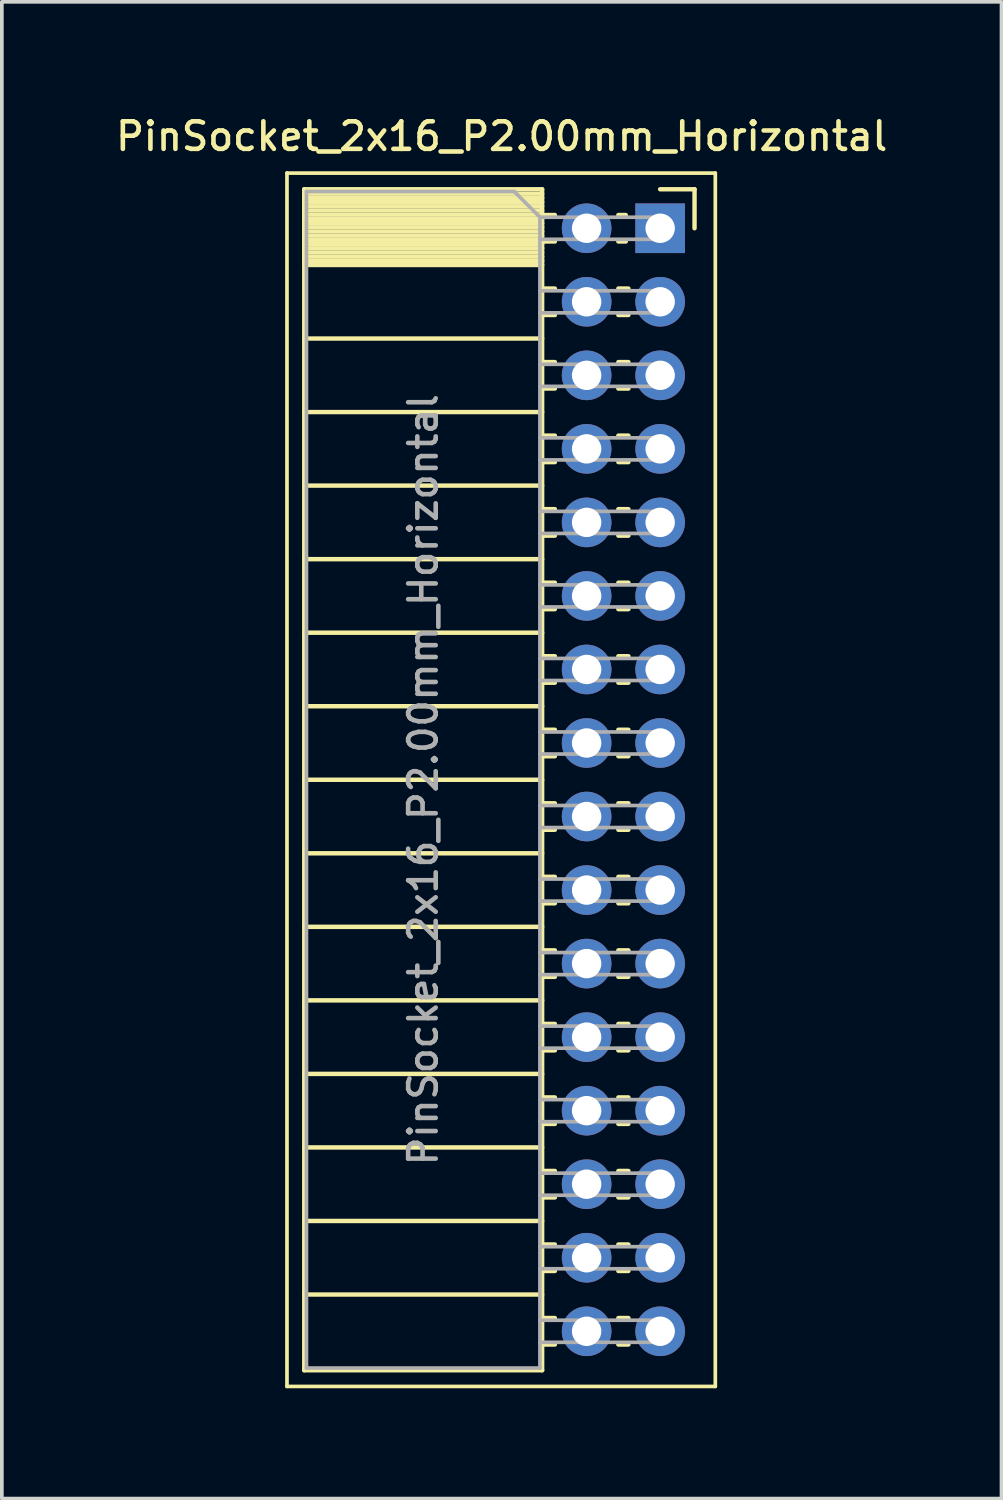
<source format=kicad_pcb>
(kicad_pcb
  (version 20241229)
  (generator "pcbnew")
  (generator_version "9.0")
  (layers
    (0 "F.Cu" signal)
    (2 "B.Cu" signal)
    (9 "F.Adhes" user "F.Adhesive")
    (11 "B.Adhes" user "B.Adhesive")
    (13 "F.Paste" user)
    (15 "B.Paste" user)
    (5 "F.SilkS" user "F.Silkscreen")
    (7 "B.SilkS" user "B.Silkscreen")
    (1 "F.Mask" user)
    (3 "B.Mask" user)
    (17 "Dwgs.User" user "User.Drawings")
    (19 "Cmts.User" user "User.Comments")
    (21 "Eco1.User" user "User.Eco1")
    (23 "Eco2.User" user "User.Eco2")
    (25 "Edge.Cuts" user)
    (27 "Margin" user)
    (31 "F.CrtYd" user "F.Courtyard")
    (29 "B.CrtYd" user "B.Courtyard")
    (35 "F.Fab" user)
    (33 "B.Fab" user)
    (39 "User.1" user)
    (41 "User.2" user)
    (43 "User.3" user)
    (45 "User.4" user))
  (footprint "PinSocket_2x16_P2.00mm_Horizontal"
    (layer "F.Cu")
    (at 14.905 3.158)
    (property "Reference" "PinSocket_2x16_P2.00mm_Horizontal" (at -4.31 -2.5 0) (layer "F.SilkS") (effects (font (size 0.75 0.75) (thickness 0.125))))
    (attr through_hole)
    (fp_line (start -10.15 -1.5) (end -10.15 31.5) (stroke (width 0.1) (type solid)) (layer "F.SilkS"))
    (fp_line (start -10.15 31.5) (end 1.5 31.5) (stroke (width 0.1) (type solid)) (layer "F.SilkS"))
    (fp_line (start -9.68 -1.06) (end -9.68 31.06) (stroke (width 0.12) (type solid)) (layer "F.SilkS"))
    (fp_line (start -9.68 -1.06) (end -3.21 -1.06) (stroke (width 0.12) (type solid)) (layer "F.SilkS"))
    (fp_line (start -9.68 -0.94) (end -3.21 -0.94) (stroke (width 0.12) (type solid)) (layer "F.SilkS"))
    (fp_line (start -9.68 -0.826) (end -3.21 -0.826) (stroke (width 0.12) (type solid)) (layer "F.SilkS"))
    (fp_line (start -9.68 -0.712) (end -3.21 -0.712) (stroke (width 0.12) (type solid)) (layer "F.SilkS"))
    (fp_line (start -9.68 -0.598) (end -3.21 -0.598) (stroke (width 0.12) (type solid)) (layer "F.SilkS"))
    (fp_line (start -9.68 -0.484) (end -3.21 -0.484) (stroke (width 0.12) (type solid)) (layer "F.SilkS"))
    (fp_line (start -9.68 -0.369) (end -3.21 -0.369) (stroke (width 0.12) (type solid)) (layer "F.SilkS"))
    (fp_line (start -9.68 -0.255) (end -3.21 -0.255) (stroke (width 0.12) (type solid)) (layer "F.SilkS"))
    (fp_line (start -9.68 -0.141) (end -3.21 -0.141) (stroke (width 0.12) (type solid)) (layer "F.SilkS"))
    (fp_line (start -9.68 -0.027) (end -3.21 -0.027) (stroke (width 0.12) (type solid)) (layer "F.SilkS"))
    (fp_line (start -9.68 0.087) (end -3.21 0.087) (stroke (width 0.12) (type solid)) (layer "F.SilkS"))
    (fp_line (start -9.68 0.201) (end -3.21 0.201) (stroke (width 0.12) (type solid)) (layer "F.SilkS"))
    (fp_line (start -9.68 0.315) (end -3.21 0.315) (stroke (width 0.12) (type solid)) (layer "F.SilkS"))
    (fp_line (start -9.68 0.429) (end -3.21 0.429) (stroke (width 0.12) (type solid)) (layer "F.SilkS"))
    (fp_line (start -9.68 0.544) (end -3.21 0.544) (stroke (width 0.12) (type solid)) (layer "F.SilkS"))
    (fp_line (start -9.68 0.658) (end -3.21 0.658) (stroke (width 0.12) (type solid)) (layer "F.SilkS"))
    (fp_line (start -9.68 0.772) (end -3.21 0.772) (stroke (width 0.12) (type solid)) (layer "F.SilkS"))
    (fp_line (start -9.68 0.886) (end -3.21 0.886) (stroke (width 0.12) (type solid)) (layer "F.SilkS"))
    (fp_line (start -9.68 1) (end -3.21 1) (stroke (width 0.12) (type solid)) (layer "F.SilkS"))
    (fp_line (start -9.68 3) (end -3.21 3) (stroke (width 0.12) (type solid)) (layer "F.SilkS"))
    (fp_line (start -9.68 5) (end -3.21 5) (stroke (width 0.12) (type solid)) (layer "F.SilkS"))
    (fp_line (start -9.68 7) (end -3.21 7) (stroke (width 0.12) (type solid)) (layer "F.SilkS"))
    (fp_line (start -9.68 9) (end -3.21 9) (stroke (width 0.12) (type solid)) (layer "F.SilkS"))
    (fp_line (start -9.68 11) (end -3.21 11) (stroke (width 0.12) (type solid)) (layer "F.SilkS"))
    (fp_line (start -9.68 13) (end -3.21 13) (stroke (width 0.12) (type solid)) (layer "F.SilkS"))
    (fp_line (start -9.68 15) (end -3.21 15) (stroke (width 0.12) (type solid)) (layer "F.SilkS"))
    (fp_line (start -9.68 17) (end -3.21 17) (stroke (width 0.12) (type solid)) (layer "F.SilkS"))
    (fp_line (start -9.68 19) (end -3.21 19) (stroke (width 0.12) (type solid)) (layer "F.SilkS"))
    (fp_line (start -9.68 21) (end -3.21 21) (stroke (width 0.12) (type solid)) (layer "F.SilkS"))
    (fp_line (start -9.68 23) (end -3.21 23) (stroke (width 0.12) (type solid)) (layer "F.SilkS"))
    (fp_line (start -9.68 25) (end -3.21 25) (stroke (width 0.12) (type solid)) (layer "F.SilkS"))
    (fp_line (start -9.68 27) (end -3.21 27) (stroke (width 0.12) (type solid)) (layer "F.SilkS"))
    (fp_line (start -9.68 29) (end -3.21 29) (stroke (width 0.12) (type solid)) (layer "F.SilkS"))
    (fp_line (start -9.68 31.06) (end -3.21 31.06) (stroke (width 0.12) (type solid)) (layer "F.SilkS"))
    (fp_line (start -3.21 -1.06) (end -3.21 31.06) (stroke (width 0.12) (type solid)) (layer "F.SilkS"))
    (fp_line (start -3.21 -0.36) (end -2.863 -0.36) (stroke (width 0.12) (type solid)) (layer "F.SilkS"))
    (fp_line (start -3.21 0.36) (end -2.863 0.36) (stroke (width 0.12) (type solid)) (layer "F.SilkS"))
    (fp_line (start -3.21 1.64) (end -2.863 1.64) (stroke (width 0.12) (type solid)) (layer "F.SilkS"))
    (fp_line (start -3.21 2.36) (end -2.863 2.36) (stroke (width 0.12) (type solid)) (layer "F.SilkS"))
    (fp_line (start -3.21 3.64) (end -2.863 3.64) (stroke (width 0.12) (type solid)) (layer "F.SilkS"))
    (fp_line (start -3.21 4.36) (end -2.863 4.36) (stroke (width 0.12) (type solid)) (layer "F.SilkS"))
    (fp_line (start -3.21 5.64) (end -2.863 5.64) (stroke (width 0.12) (type solid)) (layer "F.SilkS"))
    (fp_line (start -3.21 6.36) (end -2.863 6.36) (stroke (width 0.12) (type solid)) (layer "F.SilkS"))
    (fp_line (start -3.21 7.64) (end -2.863 7.64) (stroke (width 0.12) (type solid)) (layer "F.SilkS"))
    (fp_line (start -3.21 8.36) (end -2.863 8.36) (stroke (width 0.12) (type solid)) (layer "F.SilkS"))
    (fp_line (start -3.21 9.64) (end -2.863 9.64) (stroke (width 0.12) (type solid)) (layer "F.SilkS"))
    (fp_line (start -3.21 10.36) (end -2.863 10.36) (stroke (width 0.12) (type solid)) (layer "F.SilkS"))
    (fp_line (start -3.21 11.64) (end -2.863 11.64) (stroke (width 0.12) (type solid)) (layer "F.SilkS"))
    (fp_line (start -3.21 12.36) (end -2.863 12.36) (stroke (width 0.12) (type solid)) (layer "F.SilkS"))
    (fp_line (start -3.21 13.64) (end -2.863 13.64) (stroke (width 0.12) (type solid)) (layer "F.SilkS"))
    (fp_line (start -3.21 14.36) (end -2.863 14.36) (stroke (width 0.12) (type solid)) (layer "F.SilkS"))
    (fp_line (start -3.21 15.64) (end -2.863 15.64) (stroke (width 0.12) (type solid)) (layer "F.SilkS"))
    (fp_line (start -3.21 16.36) (end -2.863 16.36) (stroke (width 0.12) (type solid)) (layer "F.SilkS"))
    (fp_line (start -3.21 17.64) (end -2.863 17.64) (stroke (width 0.12) (type solid)) (layer "F.SilkS"))
    (fp_line (start -3.21 18.36) (end -2.863 18.36) (stroke (width 0.12) (type solid)) (layer "F.SilkS"))
    (fp_line (start -3.21 19.64) (end -2.863 19.64) (stroke (width 0.12) (type solid)) (layer "F.SilkS"))
    (fp_line (start -3.21 20.36) (end -2.863 20.36) (stroke (width 0.12) (type solid)) (layer "F.SilkS"))
    (fp_line (start -3.21 21.64) (end -2.863 21.64) (stroke (width 0.12) (type solid)) (layer "F.SilkS"))
    (fp_line (start -3.21 22.36) (end -2.863 22.36) (stroke (width 0.12) (type solid)) (layer "F.SilkS"))
    (fp_line (start -3.21 23.64) (end -2.863 23.64) (stroke (width 0.12) (type solid)) (layer "F.SilkS"))
    (fp_line (start -3.21 24.36) (end -2.863 24.36) (stroke (width 0.12) (type solid)) (layer "F.SilkS"))
    (fp_line (start -3.21 25.64) (end -2.863 25.64) (stroke (width 0.12) (type solid)) (layer "F.SilkS"))
    (fp_line (start -3.21 26.36) (end -2.863 26.36) (stroke (width 0.12) (type solid)) (layer "F.SilkS"))
    (fp_line (start -3.21 27.64) (end -2.863 27.64) (stroke (width 0.12) (type solid)) (layer "F.SilkS"))
    (fp_line (start -3.21 28.36) (end -2.863 28.36) (stroke (width 0.12) (type solid)) (layer "F.SilkS"))
    (fp_line (start -3.21 29.64) (end -2.863 29.64) (stroke (width 0.12) (type solid)) (layer "F.SilkS"))
    (fp_line (start -3.21 30.36) (end -2.863 30.36) (stroke (width 0.12) (type solid)) (layer "F.SilkS"))
    (fp_line (start -1.137 -0.36) (end -0.935 -0.36) (stroke (width 0.12) (type solid)) (layer "F.SilkS"))
    (fp_line (start -1.137 0.36) (end -0.935 0.36) (stroke (width 0.12) (type solid)) (layer "F.SilkS"))
    (fp_line (start -1.137 1.64) (end -0.863 1.64) (stroke (width 0.12) (type solid)) (layer "F.SilkS"))
    (fp_line (start -1.137 2.36) (end -0.863 2.36) (stroke (width 0.12) (type solid)) (layer "F.SilkS"))
    (fp_line (start -1.137 3.64) (end -0.863 3.64) (stroke (width 0.12) (type solid)) (layer "F.SilkS"))
    (fp_line (start -1.137 4.36) (end -0.863 4.36) (stroke (width 0.12) (type solid)) (layer "F.SilkS"))
    (fp_line (start -1.137 5.64) (end -0.863 5.64) (stroke (width 0.12) (type solid)) (layer "F.SilkS"))
    (fp_line (start -1.137 6.36) (end -0.863 6.36) (stroke (width 0.12) (type solid)) (layer "F.SilkS"))
    (fp_line (start -1.137 7.64) (end -0.863 7.64) (stroke (width 0.12) (type solid)) (layer "F.SilkS"))
    (fp_line (start -1.137 8.36) (end -0.863 8.36) (stroke (width 0.12) (type solid)) (layer "F.SilkS"))
    (fp_line (start -1.137 9.64) (end -0.863 9.64) (stroke (width 0.12) (type solid)) (layer "F.SilkS"))
    (fp_line (start -1.137 10.36) (end -0.863 10.36) (stroke (width 0.12) (type solid)) (layer "F.SilkS"))
    (fp_line (start -1.137 11.64) (end -0.863 11.64) (stroke (width 0.12) (type solid)) (layer "F.SilkS"))
    (fp_line (start -1.137 12.36) (end -0.863 12.36) (stroke (width 0.12) (type solid)) (layer "F.SilkS"))
    (fp_line (start -1.137 13.64) (end -0.863 13.64) (stroke (width 0.12) (type solid)) (layer "F.SilkS"))
    (fp_line (start -1.137 14.36) (end -0.863 14.36) (stroke (width 0.12) (type solid)) (layer "F.SilkS"))
    (fp_line (start -1.137 15.64) (end -0.863 15.64) (stroke (width 0.12) (type solid)) (layer "F.SilkS"))
    (fp_line (start -1.137 16.36) (end -0.863 16.36) (stroke (width 0.12) (type solid)) (layer "F.SilkS"))
    (fp_line (start -1.137 17.64) (end -0.863 17.64) (stroke (width 0.12) (type solid)) (layer "F.SilkS"))
    (fp_line (start -1.137 18.36) (end -0.863 18.36) (stroke (width 0.12) (type solid)) (layer "F.SilkS"))
    (fp_line (start -1.137 19.64) (end -0.863 19.64) (stroke (width 0.12) (type solid)) (layer "F.SilkS"))
    (fp_line (start -1.137 20.36) (end -0.863 20.36) (stroke (width 0.12) (type solid)) (layer "F.SilkS"))
    (fp_line (start -1.137 21.64) (end -0.863 21.64) (stroke (width 0.12) (type solid)) (layer "F.SilkS"))
    (fp_line (start -1.137 22.36) (end -0.863 22.36) (stroke (width 0.12) (type solid)) (layer "F.SilkS"))
    (fp_line (start -1.137 23.64) (end -0.863 23.64) (stroke (width 0.12) (type solid)) (layer "F.SilkS"))
    (fp_line (start -1.137 24.36) (end -0.863 24.36) (stroke (width 0.12) (type solid)) (layer "F.SilkS"))
    (fp_line (start -1.137 25.64) (end -0.863 25.64) (stroke (width 0.12) (type solid)) (layer "F.SilkS"))
    (fp_line (start -1.137 26.36) (end -0.863 26.36) (stroke (width 0.12) (type solid)) (layer "F.SilkS"))
    (fp_line (start -1.137 27.64) (end -0.863 27.64) (stroke (width 0.12) (type solid)) (layer "F.SilkS"))
    (fp_line (start -1.137 28.36) (end -0.863 28.36) (stroke (width 0.12) (type solid)) (layer "F.SilkS"))
    (fp_line (start -1.137 29.64) (end -0.863 29.64) (stroke (width 0.12) (type solid)) (layer "F.SilkS"))
    (fp_line (start -1.137 30.36) (end -0.863 30.36) (stroke (width 0.12) (type solid)) (layer "F.SilkS"))
    (fp_line (start 0 -1.06) (end 0.935 -1.06) (stroke (width 0.12) (type solid)) (layer "F.SilkS"))
    (fp_line (start 0.935 -1.06) (end 0.935 0) (stroke (width 0.12) (type solid)) (layer "F.SilkS"))
    (fp_line (start 1.5 -1.5) (end -10.15 -1.5) (stroke (width 0.1) (type solid)) (layer "F.SilkS"))
    (fp_line (start 1.5 31.5) (end 1.5 -1.5) (stroke (width 0.1) (type solid)) (layer "F.SilkS"))
    (fp_line (start -9.62 -1) (end -3.97 -1) (stroke (width 0.1) (type solid)) (layer "F.Fab"))
    (fp_line (start -9.62 31) (end -9.62 -1) (stroke (width 0.1) (type solid)) (layer "F.Fab"))
    (fp_line (start -3.97 -1) (end -3.27 -0.3) (stroke (width 0.1) (type solid)) (layer "F.Fab"))
    (fp_line (start -3.27 -0.3) (end -3.27 31) (stroke (width 0.1) (type solid)) (layer "F.Fab"))
    (fp_line (start -3.27 0.3) (end 0 0.3) (stroke (width 0.1) (type solid)) (layer "F.Fab"))
    (fp_line (start -3.27 2.3) (end 0 2.3) (stroke (width 0.1) (type solid)) (layer "F.Fab"))
    (fp_line (start -3.27 4.3) (end 0 4.3) (stroke (width 0.1) (type solid)) (layer "F.Fab"))
    (fp_line (start -3.27 6.3) (end 0 6.3) (stroke (width 0.1) (type solid)) (layer "F.Fab"))
    (fp_line (start -3.27 8.3) (end 0 8.3) (stroke (width 0.1) (type solid)) (layer "F.Fab"))
    (fp_line (start -3.27 10.3) (end 0 10.3) (stroke (width 0.1) (type solid)) (layer "F.Fab"))
    (fp_line (start -3.27 12.3) (end 0 12.3) (stroke (width 0.1) (type solid)) (layer "F.Fab"))
    (fp_line (start -3.27 14.3) (end 0 14.3) (stroke (width 0.1) (type solid)) (layer "F.Fab"))
    (fp_line (start -3.27 16.3) (end 0 16.3) (stroke (width 0.1) (type solid)) (layer "F.Fab"))
    (fp_line (start -3.27 18.3) (end 0 18.3) (stroke (width 0.1) (type solid)) (layer "F.Fab"))
    (fp_line (start -3.27 20.3) (end 0 20.3) (stroke (width 0.1) (type solid)) (layer "F.Fab"))
    (fp_line (start -3.27 22.3) (end 0 22.3) (stroke (width 0.1) (type solid)) (layer "F.Fab"))
    (fp_line (start -3.27 24.3) (end 0 24.3) (stroke (width 0.1) (type solid)) (layer "F.Fab"))
    (fp_line (start -3.27 26.3) (end 0 26.3) (stroke (width 0.1) (type solid)) (layer "F.Fab"))
    (fp_line (start -3.27 28.3) (end 0 28.3) (stroke (width 0.1) (type solid)) (layer "F.Fab"))
    (fp_line (start -3.27 30.3) (end 0 30.3) (stroke (width 0.1) (type solid)) (layer "F.Fab"))
    (fp_line (start -3.27 31) (end -9.62 31) (stroke (width 0.1) (type solid)) (layer "F.Fab"))
    (fp_line (start 0 -0.3) (end -3.27 -0.3) (stroke (width 0.1) (type solid)) (layer "F.Fab"))
    (fp_line (start 0 0.3) (end 0 -0.3) (stroke (width 0.1) (type solid)) (layer "F.Fab"))
    (fp_line (start 0 1.7) (end -3.27 1.7) (stroke (width 0.1) (type solid)) (layer "F.Fab"))
    (fp_line (start 0 2.3) (end 0 1.7) (stroke (width 0.1) (type solid)) (layer "F.Fab"))
    (fp_line (start 0 3.7) (end -3.27 3.7) (stroke (width 0.1) (type solid)) (layer "F.Fab"))
    (fp_line (start 0 4.3) (end 0 3.7) (stroke (width 0.1) (type solid)) (layer "F.Fab"))
    (fp_line (start 0 5.7) (end -3.27 5.7) (stroke (width 0.1) (type solid)) (layer "F.Fab"))
    (fp_line (start 0 6.3) (end 0 5.7) (stroke (width 0.1) (type solid)) (layer "F.Fab"))
    (fp_line (start 0 7.7) (end -3.27 7.7) (stroke (width 0.1) (type solid)) (layer "F.Fab"))
    (fp_line (start 0 8.3) (end 0 7.7) (stroke (width 0.1) (type solid)) (layer "F.Fab"))
    (fp_line (start 0 9.7) (end -3.27 9.7) (stroke (width 0.1) (type solid)) (layer "F.Fab"))
    (fp_line (start 0 10.3) (end 0 9.7) (stroke (width 0.1) (type solid)) (layer "F.Fab"))
    (fp_line (start 0 11.7) (end -3.27 11.7) (stroke (width 0.1) (type solid)) (layer "F.Fab"))
    (fp_line (start 0 12.3) (end 0 11.7) (stroke (width 0.1) (type solid)) (layer "F.Fab"))
    (fp_line (start 0 13.7) (end -3.27 13.7) (stroke (width 0.1) (type solid)) (layer "F.Fab"))
    (fp_line (start 0 14.3) (end 0 13.7) (stroke (width 0.1) (type solid)) (layer "F.Fab"))
    (fp_line (start 0 15.7) (end -3.27 15.7) (stroke (width 0.1) (type solid)) (layer "F.Fab"))
    (fp_line (start 0 16.3) (end 0 15.7) (stroke (width 0.1) (type solid)) (layer "F.Fab"))
    (fp_line (start 0 17.7) (end -3.27 17.7) (stroke (width 0.1) (type solid)) (layer "F.Fab"))
    (fp_line (start 0 18.3) (end 0 17.7) (stroke (width 0.1) (type solid)) (layer "F.Fab"))
    (fp_line (start 0 19.7) (end -3.27 19.7) (stroke (width 0.1) (type solid)) (layer "F.Fab"))
    (fp_line (start 0 20.3) (end 0 19.7) (stroke (width 0.1) (type solid)) (layer "F.Fab"))
    (fp_line (start 0 21.7) (end -3.27 21.7) (stroke (width 0.1) (type solid)) (layer "F.Fab"))
    (fp_line (start 0 22.3) (end 0 21.7) (stroke (width 0.1) (type solid)) (layer "F.Fab"))
    (fp_line (start 0 23.7) (end -3.27 23.7) (stroke (width 0.1) (type solid)) (layer "F.Fab"))
    (fp_line (start 0 24.3) (end 0 23.7) (stroke (width 0.1) (type solid)) (layer "F.Fab"))
    (fp_line (start 0 25.7) (end -3.27 25.7) (stroke (width 0.1) (type solid)) (layer "F.Fab"))
    (fp_line (start 0 26.3) (end 0 25.7) (stroke (width 0.1) (type solid)) (layer "F.Fab"))
    (fp_line (start 0 27.7) (end -3.27 27.7) (stroke (width 0.1) (type solid)) (layer "F.Fab"))
    (fp_line (start 0 28.3) (end 0 27.7) (stroke (width 0.1) (type solid)) (layer "F.Fab"))
    (fp_line (start 0 29.7) (end -3.27 29.7) (stroke (width 0.1) (type solid)) (layer "F.Fab"))
    (fp_line (start 0 30.3) (end 0 29.7) (stroke (width 0.1) (type solid)) (layer "F.Fab"))
    (fp_text user "${REFERENCE}" (at -6.445 15 90) (layer "F.Fab") (effects (font (size 0.75 0.75) (thickness 0.125))))
    (pad "1" thru_hole rect (at 0 0) (size 1.35 1.35) (drill 0.8) (layers "*.Cu" "*.Mask"))
    (pad "2" thru_hole oval (at -2 0) (size 1.35 1.35) (drill 0.8) (layers "*.Cu" "*.Mask"))
    (pad "3" thru_hole oval (at 0 2) (size 1.35 1.35) (drill 0.8) (layers "*.Cu" "*.Mask"))
    (pad "4" thru_hole oval (at -2 2) (size 1.35 1.35) (drill 0.8) (layers "*.Cu" "*.Mask"))
    (pad "5" thru_hole oval (at 0 4) (size 1.35 1.35) (drill 0.8) (layers "*.Cu" "*.Mask"))
    (pad "6" thru_hole oval (at -2 4) (size 1.35 1.35) (drill 0.8) (layers "*.Cu" "*.Mask"))
    (pad "7" thru_hole oval (at 0 6) (size 1.35 1.35) (drill 0.8) (layers "*.Cu" "*.Mask"))
    (pad "8" thru_hole oval (at -2 6) (size 1.35 1.35) (drill 0.8) (layers "*.Cu" "*.Mask"))
    (pad "9" thru_hole oval (at 0 8) (size 1.35 1.35) (drill 0.8) (layers "*.Cu" "*.Mask"))
    (pad "10" thru_hole oval (at -2 8) (size 1.35 1.35) (drill 0.8) (layers "*.Cu" "*.Mask"))
    (pad "11" thru_hole oval (at 0 10) (size 1.35 1.35) (drill 0.8) (layers "*.Cu" "*.Mask"))
    (pad "12" thru_hole oval (at -2 10) (size 1.35 1.35) (drill 0.8) (layers "*.Cu" "*.Mask"))
    (pad "13" thru_hole oval (at 0 12) (size 1.35 1.35) (drill 0.8) (layers "*.Cu" "*.Mask"))
    (pad "14" thru_hole oval (at -2 12) (size 1.35 1.35) (drill 0.8) (layers "*.Cu" "*.Mask"))
    (pad "15" thru_hole oval (at 0 14) (size 1.35 1.35) (drill 0.8) (layers "*.Cu" "*.Mask"))
    (pad "16" thru_hole oval (at -2 14) (size 1.35 1.35) (drill 0.8) (layers "*.Cu" "*.Mask"))
    (pad "17" thru_hole oval (at 0 16) (size 1.35 1.35) (drill 0.8) (layers "*.Cu" "*.Mask"))
    (pad "18" thru_hole oval (at -2 16) (size 1.35 1.35) (drill 0.8) (layers "*.Cu" "*.Mask"))
    (pad "19" thru_hole oval (at 0 18) (size 1.35 1.35) (drill 0.8) (layers "*.Cu" "*.Mask"))
    (pad "20" thru_hole oval (at -2 18) (size 1.35 1.35) (drill 0.8) (layers "*.Cu" "*.Mask"))
    (pad "21" thru_hole oval (at 0 20) (size 1.35 1.35) (drill 0.8) (layers "*.Cu" "*.Mask"))
    (pad "22" thru_hole oval (at -2 20) (size 1.35 1.35) (drill 0.8) (layers "*.Cu" "*.Mask"))
    (pad "23" thru_hole oval (at 0 22) (size 1.35 1.35) (drill 0.8) (layers "*.Cu" "*.Mask"))
    (pad "24" thru_hole oval (at -2 22) (size 1.35 1.35) (drill 0.8) (layers "*.Cu" "*.Mask"))
    (pad "25" thru_hole oval (at 0 24) (size 1.35 1.35) (drill 0.8) (layers "*.Cu" "*.Mask"))
    (pad "26" thru_hole oval (at -2 24) (size 1.35 1.35) (drill 0.8) (layers "*.Cu" "*.Mask"))
    (pad "27" thru_hole oval (at 0 26) (size 1.35 1.35) (drill 0.8) (layers "*.Cu" "*.Mask"))
    (pad "28" thru_hole oval (at -2 26) (size 1.35 1.35) (drill 0.8) (layers "*.Cu" "*.Mask"))
    (pad "29" thru_hole oval (at 0 28) (size 1.35 1.35) (drill 0.8) (layers "*.Cu" "*.Mask"))
    (pad "30" thru_hole oval (at -2 28) (size 1.35 1.35) (drill 0.8) (layers "*.Cu" "*.Mask"))
    (pad "31" thru_hole oval (at 0 30) (size 1.35 1.35) (drill 0.8) (layers "*.Cu" "*.Mask"))
    (pad "32" thru_hole oval (at -2 30) (size 1.35 1.35) (drill 0.8) (layers "*.Cu" "*.Mask")))
  (gr_rect
    (start -3 -3)
    (end 24.189 37.708)
    (stroke (width 0.1) (type default))
    (fill no)
    (layer "Edge.Cuts")))
</source>
